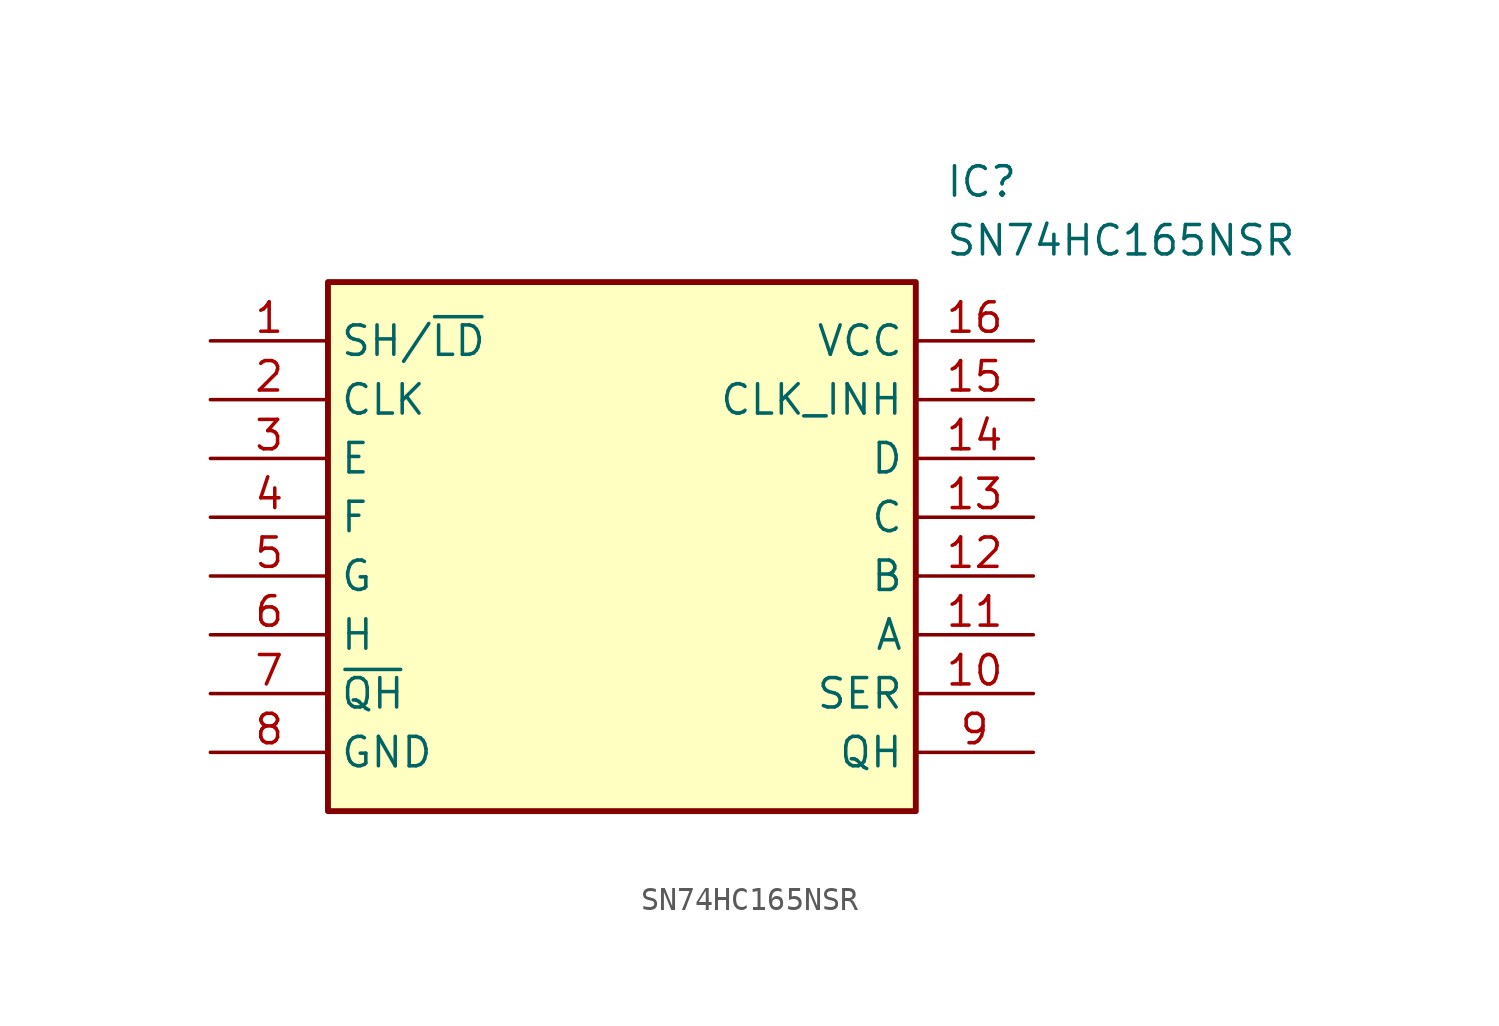
<source format=kicad_sym>
(kicad_symbol_lib
  (version 20211014)
  (generator SamacSys_ECAD_Model)
  (symbol "SN74HC165NSR"
    (property "Reference" "IC"
      (at 31.75 7.62 0)
      (effects (font (size 1.27 1.27)) (justify left top)))
    (property "Value" "SN74HC165NSR"
      (at 31.75 5.08 0)
      (effects (font (size 1.27 1.27)) (justify left top)))
    (rectangle
      (start 5.08 2.54)
      (end 30.48 -20.32)
      (stroke (width 0.254) (type default))
      (fill (type background)))
    (pin passive line
      (at 0 0 0)
      (length 5.08)
      (name "SH/~{LD}" (effects (font (size 1.27 1.27))))
      (number "1" (effects (font (size 1.27 1.27)))))
    (pin passive line
      (at 0 -2.54 0)
      (length 5.08)
      (name "CLK" (effects (font (size 1.27 1.27))))
      (number "2" (effects (font (size 1.27 1.27)))))
    (pin passive line
      (at 0 -5.08 0)
      (length 5.08)
      (name "E" (effects (font (size 1.27 1.27))))
      (number "3" (effects (font (size 1.27 1.27)))))
    (pin passive line
      (at 0 -7.62 0)
      (length 5.08)
      (name "F" (effects (font (size 1.27 1.27))))
      (number "4" (effects (font (size 1.27 1.27)))))
    (pin passive line
      (at 0 -10.16 0)
      (length 5.08)
      (name "G" (effects (font (size 1.27 1.27))))
      (number "5" (effects (font (size 1.27 1.27)))))
    (pin passive line
      (at 0 -12.7 0)
      (length 5.08)
      (name "H" (effects (font (size 1.27 1.27))))
      (number "6" (effects (font (size 1.27 1.27)))))
    (pin passive line
      (at 0 -15.24 0)
      (length 5.08)
      (name "~{QH}" (effects (font (size 1.27 1.27))))
      (number "7" (effects (font (size 1.27 1.27)))))
    (pin passive line
      (at 0 -17.78 0)
      (length 5.08)
      (name "GND" (effects (font (size 1.27 1.27))))
      (number "8" (effects (font (size 1.27 1.27)))))
    (pin passive line
      (at 35.56 0 180)
      (length 5.08)
      (name "VCC" (effects (font (size 1.27 1.27))))
      (number "16" (effects (font (size 1.27 1.27)))))
    (pin passive line
      (at 35.56 -2.54 180)
      (length 5.08)
      (name "CLK_INH" (effects (font (size 1.27 1.27))))
      (number "15" (effects (font (size 1.27 1.27)))))
    (pin passive line
      (at 35.56 -5.08 180)
      (length 5.08)
      (name "D" (effects (font (size 1.27 1.27))))
      (number "14" (effects (font (size 1.27 1.27)))))
    (pin passive line
      (at 35.56 -7.62 180)
      (length 5.08)
      (name "C" (effects (font (size 1.27 1.27))))
      (number "13" (effects (font (size 1.27 1.27)))))
    (pin passive line
      (at 35.56 -10.16 180)
      (length 5.08)
      (name "B" (effects (font (size 1.27 1.27))))
      (number "12" (effects (font (size 1.27 1.27)))))
    (pin passive line
      (at 35.56 -12.7 180)
      (length 5.08)
      (name "A" (effects (font (size 1.27 1.27))))
      (number "11" (effects (font (size 1.27 1.27)))))
    (pin passive line
      (at 35.56 -15.24 180)
      (length 5.08)
      (name "SER" (effects (font (size 1.27 1.27))))
      (number "10" (effects (font (size 1.27 1.27)))))
    (pin passive line
      (at 35.56 -17.78 180)
      (length 5.08)
      (name "QH" (effects (font (size 1.27 1.27))))
      (number "9" (effects (font (size 1.27 1.27)))))))
</source>
